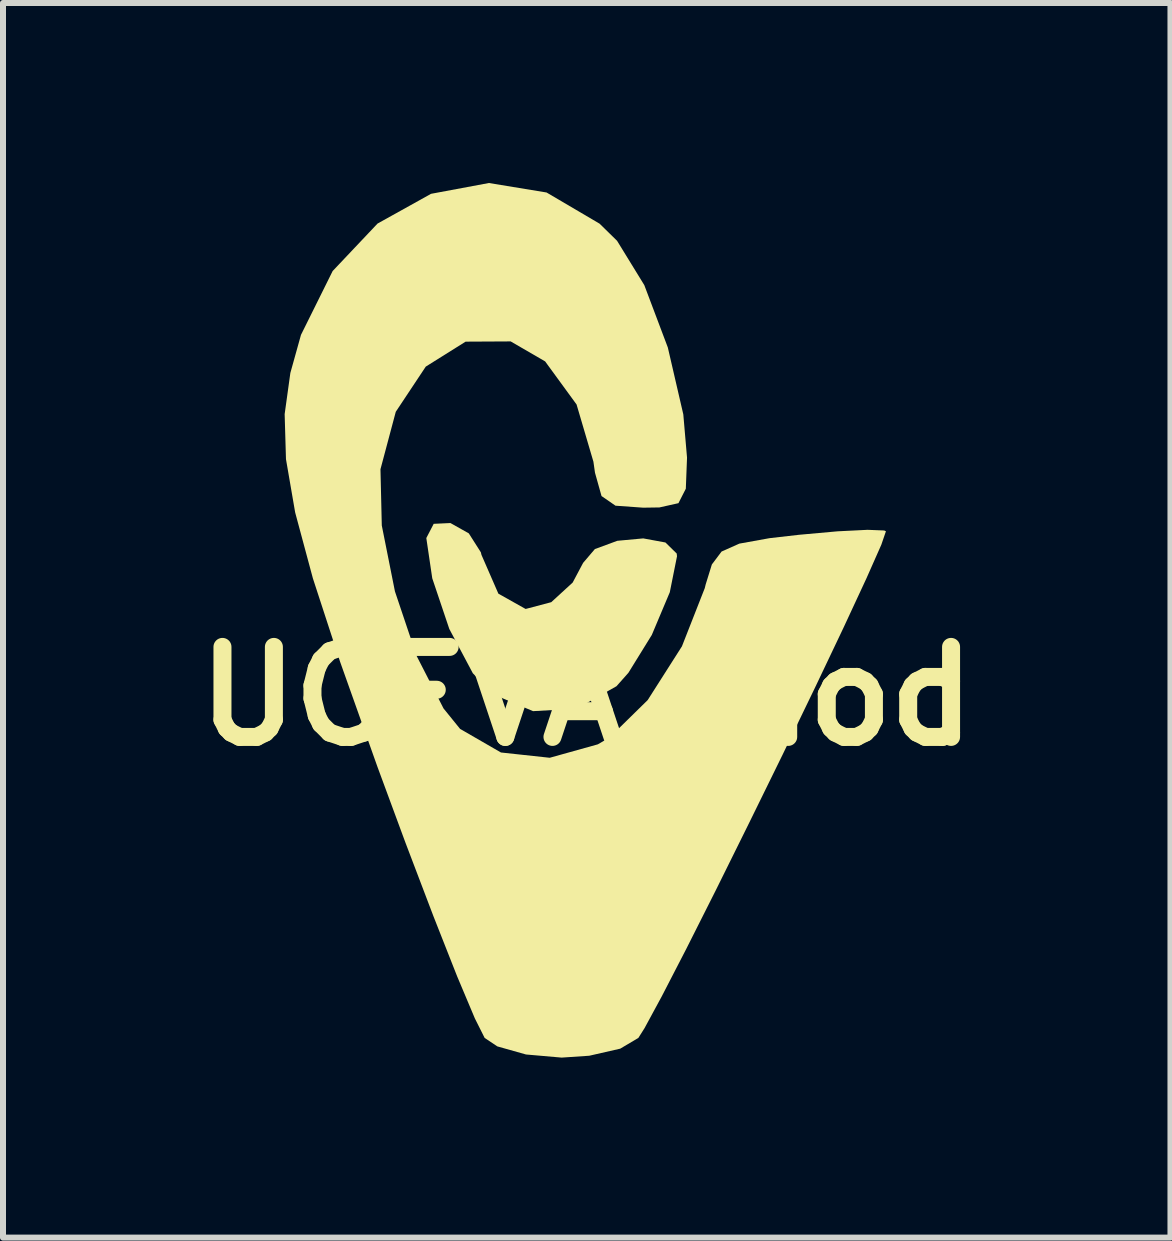
<source format=kicad_pcb>
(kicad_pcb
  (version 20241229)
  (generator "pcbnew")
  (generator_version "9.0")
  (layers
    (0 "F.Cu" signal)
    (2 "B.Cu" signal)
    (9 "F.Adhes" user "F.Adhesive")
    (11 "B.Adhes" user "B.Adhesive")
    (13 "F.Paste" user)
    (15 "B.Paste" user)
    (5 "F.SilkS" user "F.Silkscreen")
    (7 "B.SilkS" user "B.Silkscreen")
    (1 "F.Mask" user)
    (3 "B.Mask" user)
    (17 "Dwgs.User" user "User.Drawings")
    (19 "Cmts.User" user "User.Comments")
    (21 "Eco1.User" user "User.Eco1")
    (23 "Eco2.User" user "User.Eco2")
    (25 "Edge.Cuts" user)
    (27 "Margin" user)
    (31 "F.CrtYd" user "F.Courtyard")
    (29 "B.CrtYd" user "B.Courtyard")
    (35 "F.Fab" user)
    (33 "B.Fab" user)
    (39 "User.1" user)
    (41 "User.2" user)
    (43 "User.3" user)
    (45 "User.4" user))
  (footprint "UCEVA_mod"
    (layer "F.Cu")
    (at 6.729 8.553)
    (property "Reference" "UCEVA_mod" (at 0 0 0) (layer "F.SilkS") (effects (font (size 1.5 1.5) (thickness 0.3))))
    (attr board_only exclude_from_pos_files exclude_from_bom)
    (fp_poly (pts (xy -1.966 -2.714) (xy -1.765 -2.398) (xy -1.755 -2.356) (xy -1.473 -1.709) (xy -1.019 -1.454) (xy -0.592 -1.567) (xy -0.235 -1.894) (xy -0.061 -2.222) (xy 0.135 -2.452) (xy 0.509 -2.59) (xy 0.941 -2.63) (xy 1.311 -2.562) (xy 1.499 -2.378) (xy 1.504 -2.332) (xy 1.384 -1.733) (xy 1.084 -1.021) (xy 0.694 -0.39) (xy 0.495 -0.166) (xy -0.168 0.208) (xy -0.895 0.249) (xy -1.559 -0.031) (xy -1.899 -0.383) (xy -2.291 -1.121) (xy -2.575 -1.965) (xy -2.674 -2.636) (xy -2.551 -2.873) (xy -2.272 -2.886)) (stroke (width 0) (type solid)) (fill yes) (layer "F.SilkS"))
    (fp_poly (pts (xy -0.67 -8.395) (xy 0.214 -7.875) (xy 0.505 -7.59) (xy 0.959 -6.851) (xy 1.351 -5.812) (xy 1.609 -4.697) (xy 1.671 -3.976) (xy 1.651 -3.458) (xy 1.528 -3.217) (xy 1.211 -3.146) (xy 0.94 -3.142) (xy 0.479 -3.175) (xy 0.246 -3.336) (xy 0.137 -3.725) (xy 0.111 -3.908) (xy -0.17 -4.862) (xy -0.694 -5.58) (xy -1.268 -5.913) (xy -2.019 -5.909) (xy -2.683 -5.493) (xy -3.183 -4.74) (xy -3.438 -3.783) (xy -3.416 -2.845) (xy -3.197 -1.747) (xy -2.835 -0.67) (xy -2.387 0.204) (xy -2.111 0.545) (xy -1.43 0.938) (xy -0.617 1.026) (xy 0.185 0.802) (xy 0.381 0.687) (xy 1.015 0.065) (xy 1.586 -0.831) (xy 1.967 -1.802) (xy 1.981 -1.86) (xy 2.085 -2.196) (xy 2.247 -2.411) (xy 2.543 -2.543) (xy 3.047 -2.634) (xy 3.536 -2.69) (xy 4.179 -2.748) (xy 4.68 -2.773) (xy 4.957 -2.762) (xy 4.986 -2.749) (xy 4.909 -2.524) (xy 4.661 -1.964) (xy 4.28 -1.144) (xy 3.802 -0.139) (xy 3.264 0.974) (xy 2.702 2.12) (xy 2.155 3.225) (xy 1.658 4.212) (xy 1.248 5.006) (xy 0.963 5.532) (xy 0.86 5.695) (xy 0.558 5.874) (xy 0.042 5.992) (xy -0.418 6.023) (xy -1.013 5.971) (xy -1.491 5.836) (xy -1.702 5.695) (xy -1.865 5.37) (xy -2.161 4.667) (xy -2.556 3.665) (xy -3.021 2.443) (xy -3.488 1.178) (xy -4.111 -0.574) (xy -4.564 -1.963) (xy -4.86 -3.063) (xy -5.013 -3.951) (xy -5.035 -4.701) (xy -4.94 -5.387) (xy -4.763 -6.022) (xy -4.235 -7.086) (xy -3.487 -7.877) (xy -2.595 -8.373) (xy -1.631 -8.553)) (stroke (width 0) (type solid)) (fill yes) (layer "F.SilkS")))
  (gr_rect
    (start -3 -3)
    (end 16.457 17.576)
    (stroke (width 0.1) (type default))
    (fill no)
    (layer "Edge.Cuts")))
</source>
